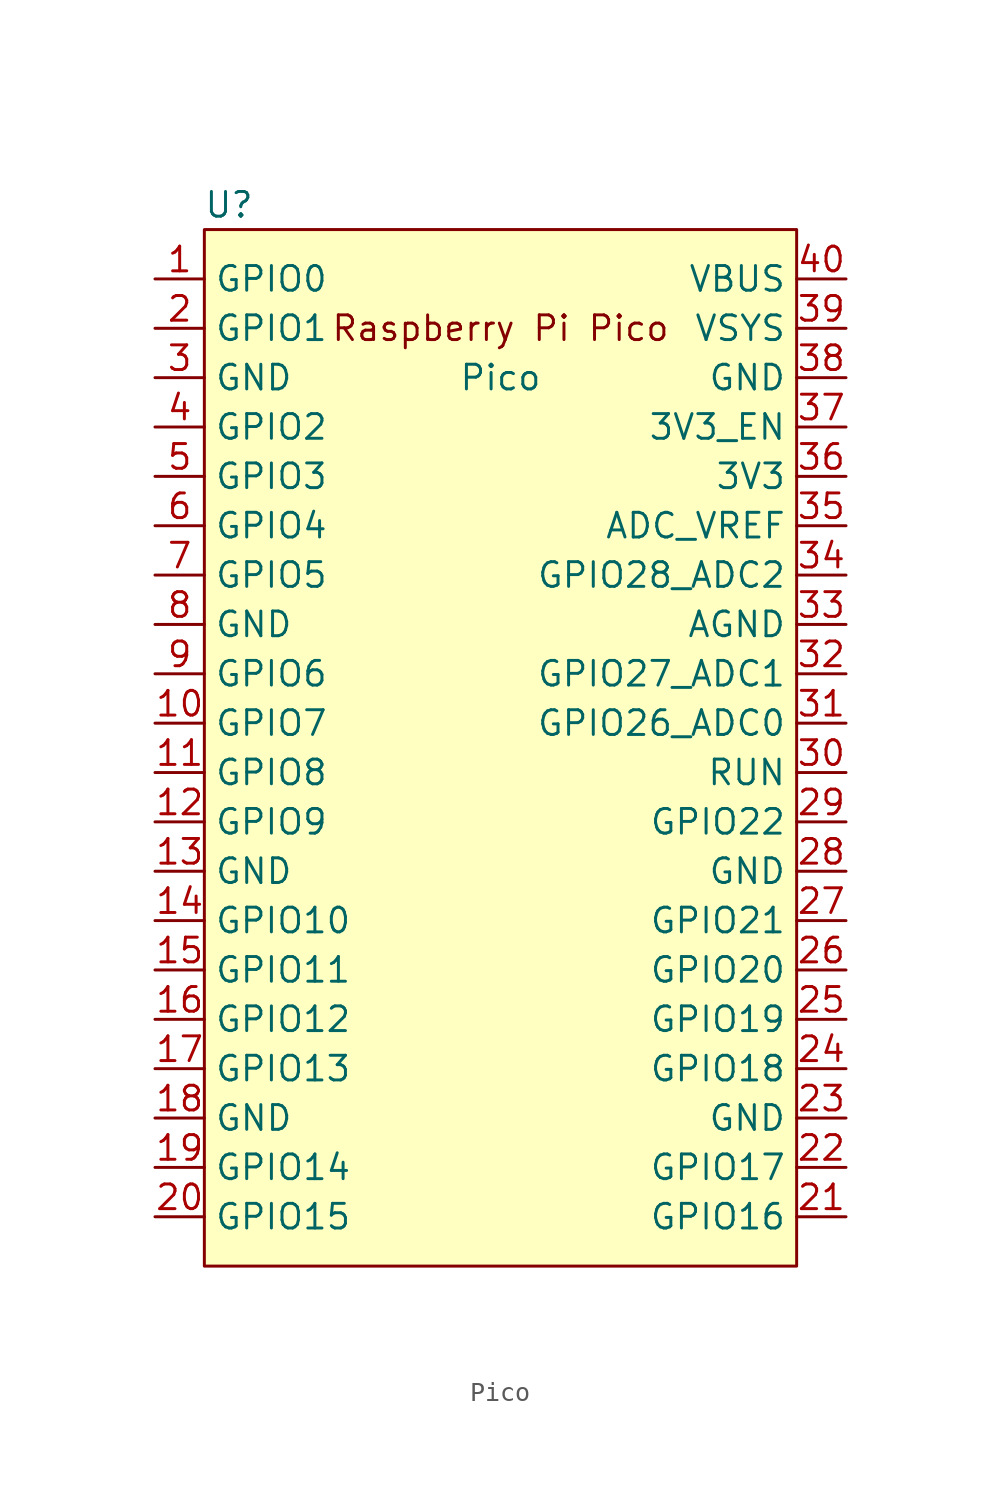
<source format=kicad_sym>
(kicad_symbol_lib
  (version 20220914)
  (generator kicad_symbol_editor)
  (symbol "Pico"
    (property "Reference" "U"
      (at -13.97 27.94 0)
      (effects (font (size 1.27 1.27))))
    (property "Value" "Pico"
      (at 0 19.05 0)
      (effects (font (size 1.27 1.27))))
    (symbol "Pico_0_0"
      (text "Raspberry Pi Pico" (at 0 21.59 0) (effects (font (size 1.27 1.27)))))
    (symbol "Pico_0_1"
      (rectangle (start -15.24 26.67) (end 15.24 -26.67) (stroke (width 0) (type default)) (fill (type background))))
    (symbol "Pico_1_1"
      (pin bidirectional line (at -17.78 24.13 0) (length 2.54) (name "GPIO0" (effects (font (size 1.27 1.27)))) (number "1" (effects (font (size 1.27 1.27)))))
      (pin bidirectional line (at -17.78 1.27 0) (length 2.54) (name "GPIO7" (effects (font (size 1.27 1.27)))) (number "10" (effects (font (size 1.27 1.27)))))
      (pin bidirectional line (at -17.78 -1.27 0) (length 2.54) (name "GPIO8" (effects (font (size 1.27 1.27)))) (number "11" (effects (font (size 1.27 1.27)))))
      (pin bidirectional line (at -17.78 -3.81 0) (length 2.54) (name "GPIO9" (effects (font (size 1.27 1.27)))) (number "12" (effects (font (size 1.27 1.27)))))
      (pin power_in line (at -17.78 -6.35 0) (length 2.54) (name "GND" (effects (font (size 1.27 1.27)))) (number "13" (effects (font (size 1.27 1.27)))))
      (pin bidirectional line (at -17.78 -8.89 0) (length 2.54) (name "GPIO10" (effects (font (size 1.27 1.27)))) (number "14" (effects (font (size 1.27 1.27)))))
      (pin bidirectional line (at -17.78 -11.43 0) (length 2.54) (name "GPIO11" (effects (font (size 1.27 1.27)))) (number "15" (effects (font (size 1.27 1.27)))))
      (pin bidirectional line (at -17.78 -13.97 0) (length 2.54) (name "GPIO12" (effects (font (size 1.27 1.27)))) (number "16" (effects (font (size 1.27 1.27)))))
      (pin bidirectional line (at -17.78 -16.51 0) (length 2.54) (name "GPIO13" (effects (font (size 1.27 1.27)))) (number "17" (effects (font (size 1.27 1.27)))))
      (pin power_in line (at -17.78 -19.05 0) (length 2.54) (name "GND" (effects (font (size 1.27 1.27)))) (number "18" (effects (font (size 1.27 1.27)))))
      (pin bidirectional line (at -17.78 -21.59 0) (length 2.54) (name "GPIO14" (effects (font (size 1.27 1.27)))) (number "19" (effects (font (size 1.27 1.27)))))
      (pin bidirectional line (at -17.78 21.59 0) (length 2.54) (name "GPIO1" (effects (font (size 1.27 1.27)))) (number "2" (effects (font (size 1.27 1.27)))))
      (pin bidirectional line (at -17.78 -24.13 0) (length 2.54) (name "GPIO15" (effects (font (size 1.27 1.27)))) (number "20" (effects (font (size 1.27 1.27)))))
      (pin bidirectional line (at 17.78 -24.13 180) (length 2.54) (name "GPIO16" (effects (font (size 1.27 1.27)))) (number "21" (effects (font (size 1.27 1.27)))))
      (pin bidirectional line (at 17.78 -21.59 180) (length 2.54) (name "GPIO17" (effects (font (size 1.27 1.27)))) (number "22" (effects (font (size 1.27 1.27)))))
      (pin power_in line (at 17.78 -19.05 180) (length 2.54) (name "GND" (effects (font (size 1.27 1.27)))) (number "23" (effects (font (size 1.27 1.27)))))
      (pin bidirectional line (at 17.78 -16.51 180) (length 2.54) (name "GPIO18" (effects (font (size 1.27 1.27)))) (number "24" (effects (font (size 1.27 1.27)))))
      (pin bidirectional line (at 17.78 -13.97 180) (length 2.54) (name "GPIO19" (effects (font (size 1.27 1.27)))) (number "25" (effects (font (size 1.27 1.27)))))
      (pin bidirectional line (at 17.78 -11.43 180) (length 2.54) (name "GPIO20" (effects (font (size 1.27 1.27)))) (number "26" (effects (font (size 1.27 1.27)))))
      (pin bidirectional line (at 17.78 -8.89 180) (length 2.54) (name "GPIO21" (effects (font (size 1.27 1.27)))) (number "27" (effects (font (size 1.27 1.27)))))
      (pin power_in line (at 17.78 -6.35 180) (length 2.54) (name "GND" (effects (font (size 1.27 1.27)))) (number "28" (effects (font (size 1.27 1.27)))))
      (pin bidirectional line (at 17.78 -3.81 180) (length 2.54) (name "GPIO22" (effects (font (size 1.27 1.27)))) (number "29" (effects (font (size 1.27 1.27)))))
      (pin bidirectional line (at -17.78 19.05 0) (length 2.54) (name "GND" (effects (font (size 1.27 1.27)))) (number "3" (effects (font (size 1.27 1.27)))))
      (pin input line (at 17.78 -1.27 180) (length 2.54) (name "RUN" (effects (font (size 1.27 1.27)))) (number "30" (effects (font (size 1.27 1.27)))))
      (pin bidirectional line (at 17.78 1.27 180) (length 2.54) (name "GPIO26_ADC0" (effects (font (size 1.27 1.27)))) (number "31" (effects (font (size 1.27 1.27)))))
      (pin bidirectional line (at 17.78 3.81 180) (length 2.54) (name "GPIO27_ADC1" (effects (font (size 1.27 1.27)))) (number "32" (effects (font (size 1.27 1.27)))))
      (pin power_in line (at 17.78 6.35 180) (length 2.54) (name "AGND" (effects (font (size 1.27 1.27)))) (number "33" (effects (font (size 1.27 1.27)))))
      (pin bidirectional line (at 17.78 8.89 180) (length 2.54) (name "GPIO28_ADC2" (effects (font (size 1.27 1.27)))) (number "34" (effects (font (size 1.27 1.27)))))
      (pin power_in line (at 17.78 11.43 180) (length 2.54) (name "ADC_VREF" (effects (font (size 1.27 1.27)))) (number "35" (effects (font (size 1.27 1.27)))))
      (pin power_in line (at 17.78 13.97 180) (length 2.54) (name "3V3" (effects (font (size 1.27 1.27)))) (number "36" (effects (font (size 1.27 1.27)))))
      (pin input line (at 17.78 16.51 180) (length 2.54) (name "3V3_EN" (effects (font (size 1.27 1.27)))) (number "37" (effects (font (size 1.27 1.27)))))
      (pin bidirectional line (at 17.78 19.05 180) (length 2.54) (name "GND" (effects (font (size 1.27 1.27)))) (number "38" (effects (font (size 1.27 1.27)))))
      (pin power_in line (at 17.78 21.59 180) (length 2.54) (name "VSYS" (effects (font (size 1.27 1.27)))) (number "39" (effects (font (size 1.27 1.27)))))
      (pin bidirectional line (at -17.78 16.51 0) (length 2.54) (name "GPIO2" (effects (font (size 1.27 1.27)))) (number "4" (effects (font (size 1.27 1.27)))))
      (pin power_in line (at 17.78 24.13 180) (length 2.54) (name "VBUS" (effects (font (size 1.27 1.27)))) (number "40" (effects (font (size 1.27 1.27)))))
      (pin bidirectional line (at -17.78 13.97 0) (length 2.54) (name "GPIO3" (effects (font (size 1.27 1.27)))) (number "5" (effects (font (size 1.27 1.27)))))
      (pin bidirectional line (at -17.78 11.43 0) (length 2.54) (name "GPIO4" (effects (font (size 1.27 1.27)))) (number "6" (effects (font (size 1.27 1.27)))))
      (pin bidirectional line (at -17.78 8.89 0) (length 2.54) (name "GPIO5" (effects (font (size 1.27 1.27)))) (number "7" (effects (font (size 1.27 1.27)))))
      (pin power_in line (at -17.78 6.35 0) (length 2.54) (name "GND" (effects (font (size 1.27 1.27)))) (number "8" (effects (font (size 1.27 1.27)))))
      (pin bidirectional line (at -17.78 3.81 0) (length 2.54) (name "GPIO6" (effects (font (size 1.27 1.27)))) (number "9" (effects (font (size 1.27 1.27))))))))
</source>
